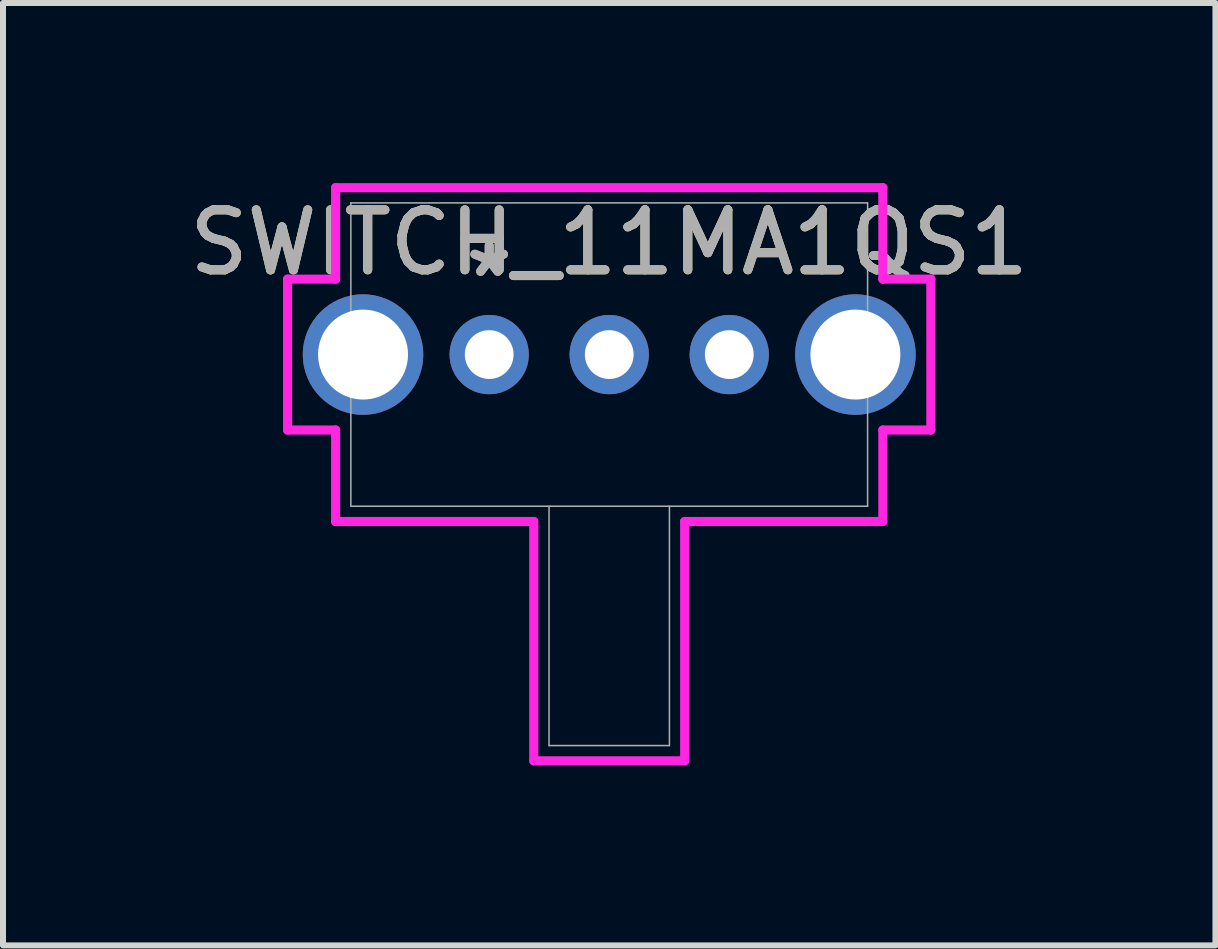
<source format=kicad_pcb>
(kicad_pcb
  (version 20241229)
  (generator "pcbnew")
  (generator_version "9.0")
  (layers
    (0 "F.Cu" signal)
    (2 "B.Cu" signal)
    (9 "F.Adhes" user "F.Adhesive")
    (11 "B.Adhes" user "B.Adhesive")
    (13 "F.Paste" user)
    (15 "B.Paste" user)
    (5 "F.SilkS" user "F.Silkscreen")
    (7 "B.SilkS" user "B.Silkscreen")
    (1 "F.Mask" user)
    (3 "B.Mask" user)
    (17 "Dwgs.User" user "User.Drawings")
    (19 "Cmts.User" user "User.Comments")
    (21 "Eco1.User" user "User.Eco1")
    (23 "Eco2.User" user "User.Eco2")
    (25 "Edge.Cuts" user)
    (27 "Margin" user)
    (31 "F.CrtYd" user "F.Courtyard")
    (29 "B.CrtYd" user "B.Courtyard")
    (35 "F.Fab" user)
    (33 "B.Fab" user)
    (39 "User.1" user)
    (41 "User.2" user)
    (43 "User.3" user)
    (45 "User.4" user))
  (footprint "SWITCH_11MA1QS1"
    (layer "F.Cu")
    (at 5.101 2.858)
    (property "Reference" "SWITCH_11MA1QS1" (at 2 -1.867 0) (unlocked yes) (layer "F.SilkS") (effects (font (size 1 1) (thickness 0.15))))
    (attr through_hole)
    (fp_line (start -3.359 -1.257) (end -3.359 1.257) (stroke (width 0.152) (type solid)) (layer "F.CrtYd"))
    (fp_line (start -3.359 1.257) (end -2.559 1.257) (stroke (width 0.152) (type solid)) (layer "F.CrtYd"))
    (fp_line (start -2.559 -2.781) (end -2.559 -1.257) (stroke (width 0.152) (type solid)) (layer "F.CrtYd"))
    (fp_line (start -2.559 -1.257) (end -3.359 -1.257) (stroke (width 0.152) (type solid)) (layer "F.CrtYd"))
    (fp_line (start -2.559 1.257) (end -2.559 2.781) (stroke (width 0.152) (type solid)) (layer "F.CrtYd"))
    (fp_line (start -2.559 2.781) (end 0.743 2.781) (stroke (width 0.152) (type solid)) (layer "F.CrtYd"))
    (fp_line (start 0.743 2.781) (end 0.743 6.769) (stroke (width 0.152) (type solid)) (layer "F.CrtYd"))
    (fp_line (start 0.743 6.769) (end 3.257 6.769) (stroke (width 0.152) (type solid)) (layer "F.CrtYd"))
    (fp_line (start 3.257 2.781) (end 6.559 2.781) (stroke (width 0.152) (type solid)) (layer "F.CrtYd"))
    (fp_line (start 3.257 6.769) (end 3.257 2.781) (stroke (width 0.152) (type solid)) (layer "F.CrtYd"))
    (fp_line (start 6.559 -2.781) (end -2.559 -2.781) (stroke (width 0.152) (type solid)) (layer "F.CrtYd"))
    (fp_line (start 6.559 -1.257) (end 6.559 -2.781) (stroke (width 0.152) (type solid)) (layer "F.CrtYd"))
    (fp_line (start 6.559 1.257) (end 7.359 1.257) (stroke (width 0.152) (type solid)) (layer "F.CrtYd"))
    (fp_line (start 6.559 2.781) (end 6.559 1.257) (stroke (width 0.152) (type solid)) (layer "F.CrtYd"))
    (fp_line (start 7.359 -1.257) (end 6.559 -1.257) (stroke (width 0.152) (type solid)) (layer "F.CrtYd"))
    (fp_line (start 7.359 1.257) (end 7.359 -1.257) (stroke (width 0.152) (type solid)) (layer "F.CrtYd"))
    (fp_line (start -2.305 -2.527) (end -2.305 2.527) (stroke (width 0.025) (type solid)) (layer "F.Fab"))
    (fp_line (start -2.305 2.527) (end 6.305 2.527) (stroke (width 0.025) (type solid)) (layer "F.Fab"))
    (fp_line (start 0.997 2.527) (end 0.997 6.515) (stroke (width 0.025) (type solid)) (layer "F.Fab"))
    (fp_line (start 0.997 6.515) (end 3.003 6.515) (stroke (width 0.025) (type solid)) (layer "F.Fab"))
    (fp_line (start 3.003 2.527) (end 3.003 6.515) (stroke (width 0.025) (type solid)) (layer "F.Fab"))
    (fp_line (start 6.305 -2.527) (end -2.305 -2.527) (stroke (width 0.025) (type solid)) (layer "F.Fab"))
    (fp_line (start 6.305 2.527) (end 6.305 -2.527) (stroke (width 0.025) (type solid)) (layer "F.Fab"))
    (fp_text user "*" (at 0 -1.27 0) (layer "F.Fab") (effects (font (size 1 1) (thickness 0.15))))
    (fp_text user "*" (at 0 -1.27 0) (unlocked yes) (layer "F.Fab") (effects (font (size 1 1) (thickness 0.15))))
    (fp_text user "${REFERENCE}" (at 2 -1.867 0) (unlocked yes) (layer "F.Fab") (effects (font (size 1 1) (thickness 0.15))))
    (pad "1" thru_hole circle (at 0 0) (size 1.321 1.321) (drill 0.813) (layers "*.Cu" "*.Mask"))
    (pad "2" thru_hole circle (at 2 0) (size 1.321 1.321) (drill 0.813) (layers "*.Cu" "*.Mask"))
    (pad "3" thru_hole circle (at 4 0) (size 1.321 1.321) (drill 0.813) (layers "*.Cu" "*.Mask"))
    (pad "4" thru_hole circle (at -2.102 0) (size 2.007 2.007) (drill 1.499) (layers "*.Cu" "*.Mask"))
    (pad "5" thru_hole circle (at 6.102 0) (size 2.007 2.007) (drill 1.499) (layers "*.Cu" "*.Mask")))
  (gr_rect
    (start -3 -3)
    (end 17.202 12.703)
    (stroke (width 0.1) (type default))
    (fill no)
    (layer "Edge.Cuts")))
</source>
